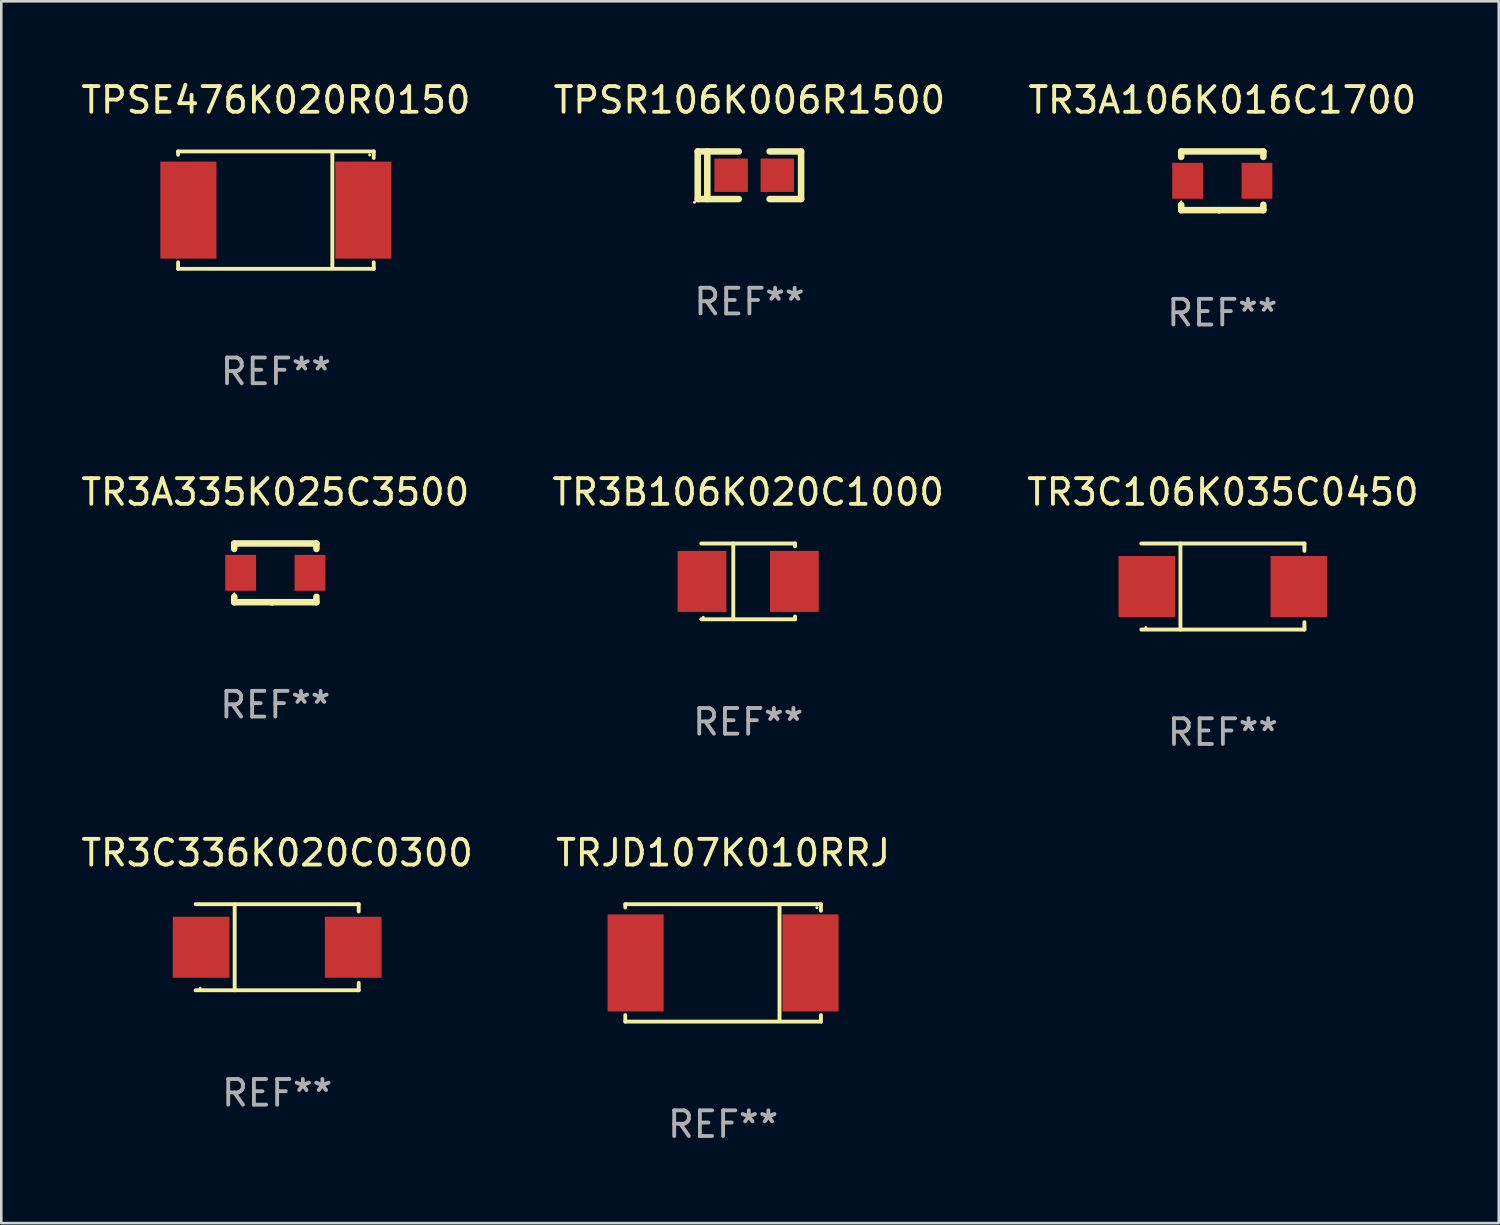
<source format=kicad_pcb>
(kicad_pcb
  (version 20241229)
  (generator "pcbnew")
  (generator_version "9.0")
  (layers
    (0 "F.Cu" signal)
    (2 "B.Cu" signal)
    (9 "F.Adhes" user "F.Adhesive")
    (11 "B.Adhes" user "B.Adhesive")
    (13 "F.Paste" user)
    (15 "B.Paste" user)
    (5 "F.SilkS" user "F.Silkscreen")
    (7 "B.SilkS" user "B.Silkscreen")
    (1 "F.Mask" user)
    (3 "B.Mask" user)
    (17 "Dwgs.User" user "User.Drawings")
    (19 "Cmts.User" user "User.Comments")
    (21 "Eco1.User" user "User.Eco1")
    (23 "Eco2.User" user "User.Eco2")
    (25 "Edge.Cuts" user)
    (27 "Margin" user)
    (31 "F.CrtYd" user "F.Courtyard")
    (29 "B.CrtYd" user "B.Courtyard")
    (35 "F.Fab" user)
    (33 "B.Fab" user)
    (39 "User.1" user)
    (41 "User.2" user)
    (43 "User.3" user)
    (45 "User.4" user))
  (footprint "TPSR106K006R1500"
    (layer "F.Cu")
    (at 26.137 3.775)
    (property "Reference" "TPSR106K006R1500" (at 0 -2.927 0) (layer "F.SilkS") (effects (font (size 1 1) (thickness 0.15))))
    (attr through_hole)
    (fp_line (start -2.013 -0.927) (end -2.013 0.927) (stroke (width 0.254) (type solid)) (layer "F.SilkS"))
    (fp_line (start -2.013 0.927) (end -0.413 0.927) (stroke (width 0.254) (type solid)) (layer "F.SilkS"))
    (fp_line (start -1.64 -0.927) (end -1.64 0.927) (stroke (width 0.254) (type solid)) (layer "F.SilkS"))
    (fp_line (start -0.413 -0.927) (end -2.013 -0.927) (stroke (width 0.254) (type solid)) (layer "F.SilkS"))
    (fp_line (start 0.786 -0.927) (end 2.013 -0.927) (stroke (width 0.254) (type solid)) (layer "F.SilkS"))
    (fp_line (start 2.013 -0.927) (end 2.013 0.927) (stroke (width 0.254) (type solid)) (layer "F.SilkS"))
    (fp_line (start 2.013 0.927) (end 0.786 0.927) (stroke (width 0.254) (type solid)) (layer "F.SilkS"))
    (fp_circle (center -2.14 1.054) (end -2.11 1.054) (stroke (width 0.06) (type solid)) (fill no) (layer "F.SilkS"))
    (fp_text user "REF**" (at 0 4.927 0) (layer "F.Fab") (effects (font (size 1 1) (thickness 0.15))))
    (pad "1" smd rect (at -0.712 0) (size 1.3 1.3) (layers "F.Cu" "F.Mask" "F.Paste"))
    (pad "2" smd rect (at 1.086 0) (size 1.3 1.3) (layers "F.Cu" "F.Mask" "F.Paste")))
  (footprint "TR3A335K025C3500"
    (layer "F.Cu")
    (at 7.673 19.26)
    (property "Reference" "TR3A335K025C3500" (at 0 -3.143 0) (layer "F.SilkS") (effects (font (size 1 1) (thickness 0.15))))
    (attr through_hole)
    (fp_line (start -1.6 1.143) (end -0.128 1.143) (stroke (width 0.254) (type solid)) (layer "F.SilkS"))
    (fp_line (start -1.6 -1.143) (end -1.6 -0.931) (stroke (width 0.254) (type solid)) (layer "F.SilkS"))
    (fp_line (start -1.6 -1.143) (end 1.6 -1.143) (stroke (width 0.254) (type solid)) (layer "F.SilkS"))
    (fp_line (start -1.6 0.931) (end -1.6 1.143) (stroke (width 0.254) (type solid)) (layer "F.SilkS"))
    (fp_line (start -0.128 1.143) (end -0.128 1.143) (stroke (width 0.254) (type solid)) (layer "F.SilkS"))
    (fp_line (start -0.128 1.143) (end 1.6 1.143) (stroke (width 0.254) (type solid)) (layer "F.SilkS"))
    (fp_line (start 1.6 -1.143) (end 1.6 -0.931) (stroke (width 0.254) (type solid)) (layer "F.SilkS"))
    (fp_line (start 1.6 0.931) (end 1.6 1.143) (stroke (width 0.254) (type solid)) (layer "F.SilkS"))
    (fp_circle (center -1.6 0.8) (end -1.58 0.8) (stroke (width 0.04) (type solid)) (fill no) (layer "F.SilkS"))
    (fp_text user "REF**" (at 0 5.143 0) (layer "F.Fab") (effects (font (size 1 1) (thickness 0.15))))
    (pad "1" smd rect (at -1.35 0) (size 1.2 1.4) (layers "F.Cu" "F.Mask" "F.Paste"))
    (pad "2" smd rect (at 1.35 0) (size 1.2 1.4) (layers "F.Cu" "F.Mask" "F.Paste")))
  (footprint "TR3C106K035C0450"
    (layer "F.Cu")
    (at 44.577 19.793)
    (property "Reference" "TR3C106K035C0450" (at 0 -3.676 0) (layer "F.SilkS") (effects (font (size 1 1) (thickness 0.15))))
    (attr through_hole)
    (fp_line (start -1.654 1.676) (end -1.654 -1.676) (stroke (width 0.152) (type solid)) (layer "F.SilkS"))
    (fp_line (start 3.176 -1.676) (end -3.176 -1.676) (stroke (width 0.152) (type solid)) (layer "F.SilkS"))
    (fp_line (start 3.176 -1.676) (end 3.176 -1.391) (stroke (width 0.152) (type solid)) (layer "F.SilkS"))
    (fp_line (start 3.176 1.676) (end -3.176 1.676) (stroke (width 0.152) (type solid)) (layer "F.SilkS"))
    (fp_line (start 3.176 1.676) (end 3.176 1.391) (stroke (width 0.152) (type solid)) (layer "F.SilkS"))
    (fp_circle (center -3 1.6) (end -2.97 1.6) (stroke (width 0.06) (type solid)) (fill no) (layer "F.SilkS"))
    (fp_text user "REF**" (at 0 5.676 0) (layer "F.Fab") (effects (font (size 1 1) (thickness 0.15))))
    (pad "1" smd rect (at -2.961 -0.000051 180) (size 2.207 2.376) (layers "F.Cu" "F.Mask" "F.Paste"))
    (pad "2" smd rect (at 2.961 -0.000051 180) (size 2.207 2.376) (layers "F.Cu" "F.Mask" "F.Paste")))
  (footprint "TR3B106K020C1000"
    (layer "F.Cu")
    (at 26.089 19.593)
    (property "Reference" "TR3B106K020C1000" (at 0 -3.476 0) (layer "F.SilkS") (effects (font (size 1 1) (thickness 0.15))))
    (attr through_hole)
    (fp_line (start -1.826 -1.476) (end 1.826 -1.476) (stroke (width 0.152) (type solid)) (layer "F.SilkS"))
    (fp_line (start -1.826 1.476) (end 1.826 1.476) (stroke (width 0.152) (type solid)) (layer "F.SilkS"))
    (fp_line (start -0.58 -1.476) (end -0.58 1.476) (stroke (width 0.152) (type solid)) (layer "F.SilkS"))
    (fp_line (start 1.826 -1.476) (end 1.826 -1.368) (stroke (width 0.152) (type solid)) (layer "F.SilkS"))
    (fp_line (start 1.826 1.368) (end 1.826 1.476) (stroke (width 0.152) (type solid)) (layer "F.SilkS"))
    (fp_circle (center -1.75 1.4) (end -1.72 1.4) (stroke (width 0.06) (type solid)) (fill no) (layer "F.SilkS"))
    (fp_text user "REF**" (at 0 5.476 0) (layer "F.Fab") (effects (font (size 1 1) (thickness 0.15))))
    (pad "1" smd rect (at -1.799 0) (size 1.9 2.376) (layers "F.Cu" "F.Mask" "F.Paste"))
    (pad "2" smd rect (at 1.799 0) (size 1.9 2.376) (layers "F.Cu" "F.Mask" "F.Paste")))
  (footprint "TR3C336K020C0300"
    (layer "F.Cu")
    (at 7.744 33.842)
    (property "Reference" "TR3C336K020C0300" (at 0 -3.676 0) (layer "F.SilkS") (effects (font (size 1 1) (thickness 0.15))))
    (attr through_hole)
    (fp_line (start -1.654 1.676) (end -1.654 -1.676) (stroke (width 0.152) (type solid)) (layer "F.SilkS"))
    (fp_line (start 3.176 -1.676) (end -3.176 -1.676) (stroke (width 0.152) (type solid)) (layer "F.SilkS"))
    (fp_line (start 3.176 -1.676) (end 3.176 -1.391) (stroke (width 0.152) (type solid)) (layer "F.SilkS"))
    (fp_line (start 3.176 1.676) (end -3.176 1.676) (stroke (width 0.152) (type solid)) (layer "F.SilkS"))
    (fp_line (start 3.176 1.676) (end 3.176 1.391) (stroke (width 0.152) (type solid)) (layer "F.SilkS"))
    (fp_circle (center -3 1.6) (end -2.97 1.6) (stroke (width 0.06) (type solid)) (fill no) (layer "F.SilkS"))
    (fp_text user "REF**" (at 0 5.676 0) (layer "F.Fab") (effects (font (size 1 1) (thickness 0.15))))
    (pad "1" smd rect (at -2.961 -0.000051 180) (size 2.207 2.376) (layers "F.Cu" "F.Mask" "F.Paste"))
    (pad "2" smd rect (at 2.961 -0.000051 180) (size 2.207 2.376) (layers "F.Cu" "F.Mask" "F.Paste")))
  (footprint "TR3A106K016C1700"
    (layer "F.Cu")
    (at 44.554 3.991)
    (property "Reference" "TR3A106K016C1700" (at 0 -3.143 0) (layer "F.SilkS") (effects (font (size 1 1) (thickness 0.15))))
    (attr through_hole)
    (fp_line (start -1.6 1.143) (end -0.128 1.143) (stroke (width 0.254) (type solid)) (layer "F.SilkS"))
    (fp_line (start -1.6 -1.143) (end -1.6 -0.931) (stroke (width 0.254) (type solid)) (layer "F.SilkS"))
    (fp_line (start -1.6 -1.143) (end 1.6 -1.143) (stroke (width 0.254) (type solid)) (layer "F.SilkS"))
    (fp_line (start -1.6 0.931) (end -1.6 1.143) (stroke (width 0.254) (type solid)) (layer "F.SilkS"))
    (fp_line (start -0.128 1.143) (end -0.128 1.143) (stroke (width 0.254) (type solid)) (layer "F.SilkS"))
    (fp_line (start -0.128 1.143) (end 1.6 1.143) (stroke (width 0.254) (type solid)) (layer "F.SilkS"))
    (fp_line (start 1.6 -1.143) (end 1.6 -0.931) (stroke (width 0.254) (type solid)) (layer "F.SilkS"))
    (fp_line (start 1.6 0.931) (end 1.6 1.143) (stroke (width 0.254) (type solid)) (layer "F.SilkS"))
    (fp_circle (center -1.6 0.8) (end -1.58 0.8) (stroke (width 0.04) (type solid)) (fill no) (layer "F.SilkS"))
    (fp_text user "REF**" (at 0 5.143 0) (layer "F.Fab") (effects (font (size 1 1) (thickness 0.15))))
    (pad "1" smd rect (at -1.35 0) (size 1.2 1.4) (layers "F.Cu" "F.Mask" "F.Paste"))
    (pad "2" smd rect (at 1.35 0) (size 1.2 1.4) (layers "F.Cu" "F.Mask" "F.Paste")))
  (footprint "TPSE476K020R0150"
    (layer "F.Cu")
    (at 7.696 5.134)
    (property "Reference" "TPSE476K020R0150" (at 0 -4.286 0) (layer "F.SilkS") (effects (font (size 1 1) (thickness 0.15))))
    (attr through_hole)
    (fp_line (start -3.81 -2.286) (end -3.81 -2.159) (stroke (width 0.15) (type solid)) (layer "F.SilkS"))
    (fp_line (start -3.81 2.032) (end -3.81 2.286) (stroke (width 0.15) (type solid)) (layer "F.SilkS"))
    (fp_line (start -3.81 2.286) (end 3.81 2.286) (stroke (width 0.15) (type solid)) (layer "F.SilkS"))
    (fp_line (start 2.197 -2.226) (end 2.197 2.226) (stroke (width 0.152) (type solid)) (layer "F.SilkS"))
    (fp_line (start 3.81 -2.286) (end -3.81 -2.286) (stroke (width 0.15) (type solid)) (layer "F.SilkS"))
    (fp_line (start 3.81 -2.032) (end 3.81 -2.286) (stroke (width 0.15) (type solid)) (layer "F.SilkS"))
    (fp_line (start 3.81 2.286) (end 3.81 2.032) (stroke (width 0.15) (type solid)) (layer "F.SilkS"))
    (fp_circle (center 3.65 -2.15) (end 3.68 -2.15) (stroke (width 0.06) (type solid)) (fill no) (layer "F.SilkS"))
    (fp_text user "REF**" (at 0 6.286 0) (layer "F.Fab") (effects (font (size 1 1) (thickness 0.15))))
    (pad "1" smd rect (at 3.404 0 180) (size 2.185 3.78) (layers "F.Cu" "F.Mask" "F.Paste"))
    (pad "2" smd rect (at -3.409 0 180) (size 2.185 3.78) (layers "F.Cu" "F.Mask" "F.Paste")))
  (footprint "TRJD107K010RRJ"
    (layer "F.Cu")
    (at 25.113 34.452)
    (property "Reference" "TRJD107K010RRJ" (at 0 -4.286 0) (layer "F.SilkS") (effects (font (size 1 1) (thickness 0.15))))
    (attr through_hole)
    (fp_line (start -3.81 -2.286) (end -3.81 -2.159) (stroke (width 0.15) (type solid)) (layer "F.SilkS"))
    (fp_line (start -3.81 2.032) (end -3.81 2.286) (stroke (width 0.15) (type solid)) (layer "F.SilkS"))
    (fp_line (start -3.81 2.286) (end 3.81 2.286) (stroke (width 0.15) (type solid)) (layer "F.SilkS"))
    (fp_line (start 2.197 -2.226) (end 2.197 2.226) (stroke (width 0.152) (type solid)) (layer "F.SilkS"))
    (fp_line (start 3.81 -2.286) (end -3.81 -2.286) (stroke (width 0.15) (type solid)) (layer "F.SilkS"))
    (fp_line (start 3.81 -2.032) (end 3.81 -2.286) (stroke (width 0.15) (type solid)) (layer "F.SilkS"))
    (fp_line (start 3.81 2.286) (end 3.81 2.032) (stroke (width 0.15) (type solid)) (layer "F.SilkS"))
    (fp_circle (center 3.65 -2.15) (end 3.68 -2.15) (stroke (width 0.06) (type solid)) (fill no) (layer "F.SilkS"))
    (fp_text user "REF**" (at 0 6.286 0) (layer "F.Fab") (effects (font (size 1 1) (thickness 0.15))))
    (pad "1" smd rect (at 3.404 0 180) (size 2.185 3.78) (layers "F.Cu" "F.Mask" "F.Paste"))
    (pad "2" smd rect (at -3.409 0 180) (size 2.185 3.78) (layers "F.Cu" "F.Mask" "F.Paste")))
  (gr_rect
    (start -3 -3)
    (end 55.321 44.586)
    (stroke (width 0.1) (type default))
    (fill no)
    (layer "Edge.Cuts")))
</source>
